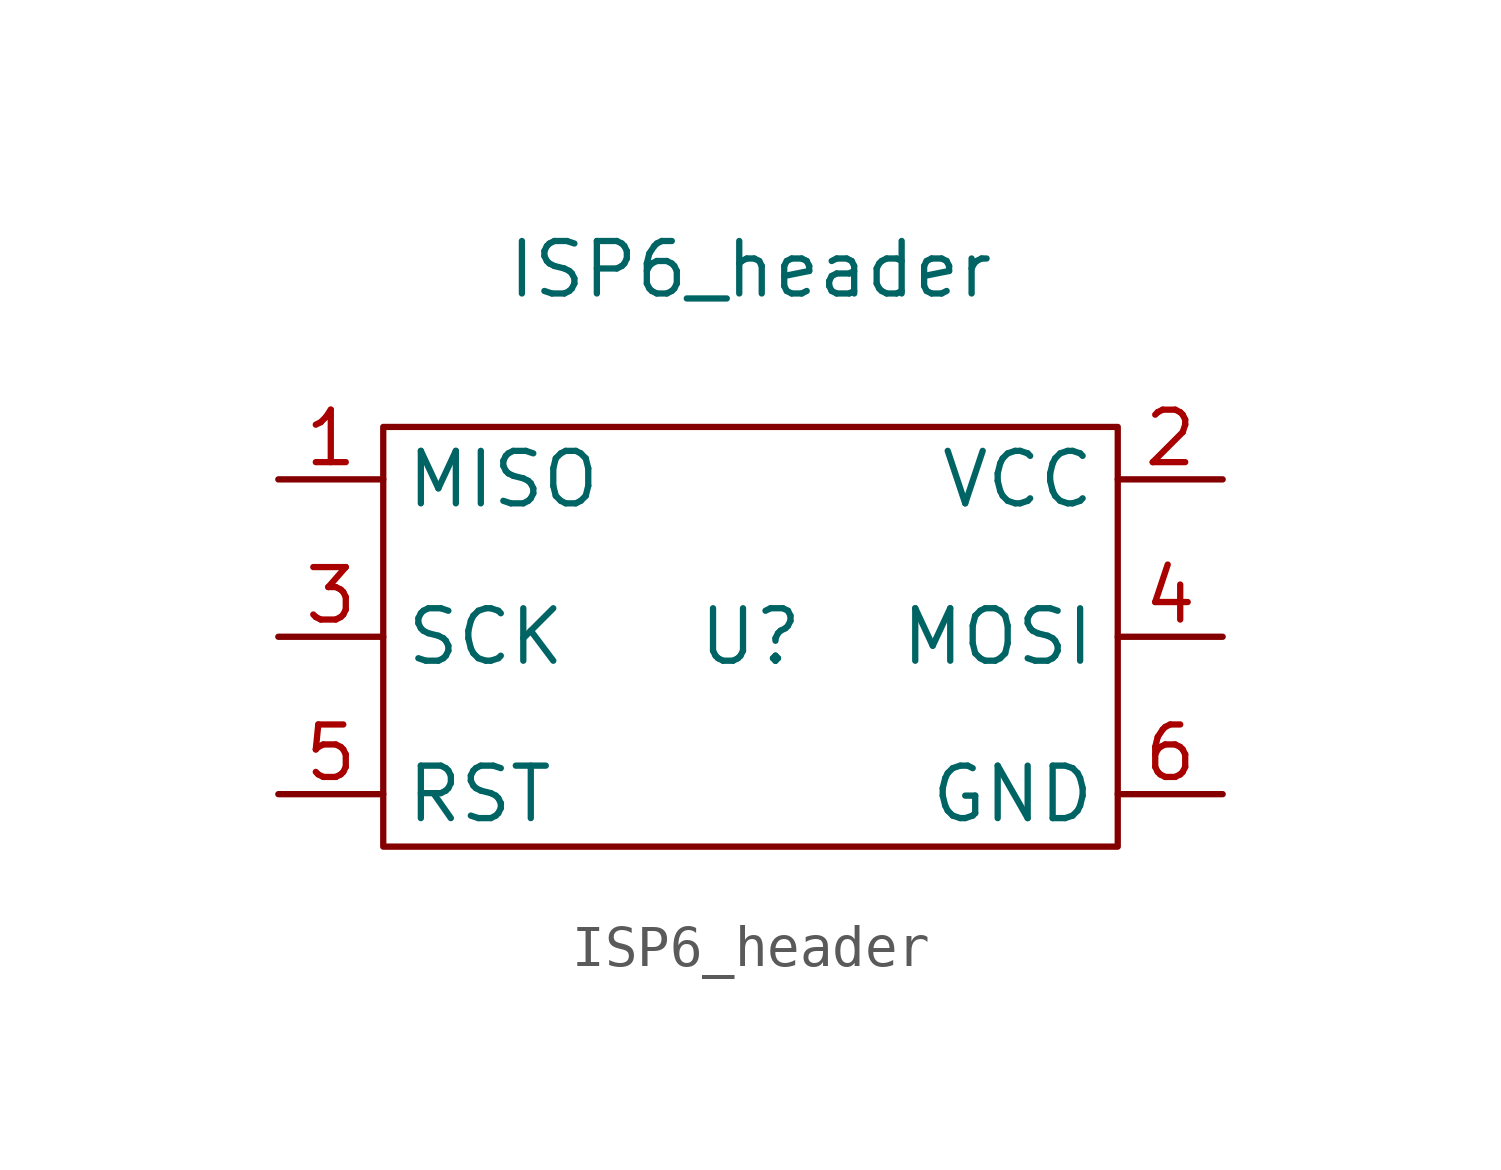
<source format=kicad_sym>
(kicad_symbol_lib
  (version 20211014)
  (generator kicad_symbol_editor)
  (symbol "ISP6_header"
    (property "Reference" "U"
      (at 0 0 0)
      (effects (font (size 1.27 1.27))))
    (property "Value" "ISP6_header"
      (at 0 8.89 0)
      (effects (font (size 1.27 1.27))))
    (symbol "ISP6_header_0_1"
      (rectangle (start -8.89 5.08) (end 8.89 -5.08) (stroke (width 0.152) (type default) (color 0 0 0 0)) (fill (type none))))
    (symbol "ISP6_header_1_1"
      (pin input line (at -11.43 3.81 0) (length 2.54) (name "MISO" (effects (font (size 1.27 1.27)))) (number "1" (effects (font (size 1.27 1.27)))))
      (pin power_out line (at 11.43 3.81 180) (length 2.54) (name "VCC" (effects (font (size 1.27 1.27)))) (number "2" (effects (font (size 1.27 1.27)))))
      (pin output line (at -11.43 0 0) (length 2.54) (name "SCK" (effects (font (size 1.27 1.27)))) (number "3" (effects (font (size 1.27 1.27)))))
      (pin output line (at 11.43 0 180) (length 2.54) (name "MOSI" (effects (font (size 1.27 1.27)))) (number "4" (effects (font (size 1.27 1.27)))))
      (pin output line (at -11.43 -3.81 0) (length 2.54) (name "RST" (effects (font (size 1.27 1.27)))) (number "5" (effects (font (size 1.27 1.27)))))
      (pin power_out line (at 11.43 -3.81 180) (length 2.54) (name "GND" (effects (font (size 1.27 1.27)))) (number "6" (effects (font (size 1.27 1.27))))))))
</source>
